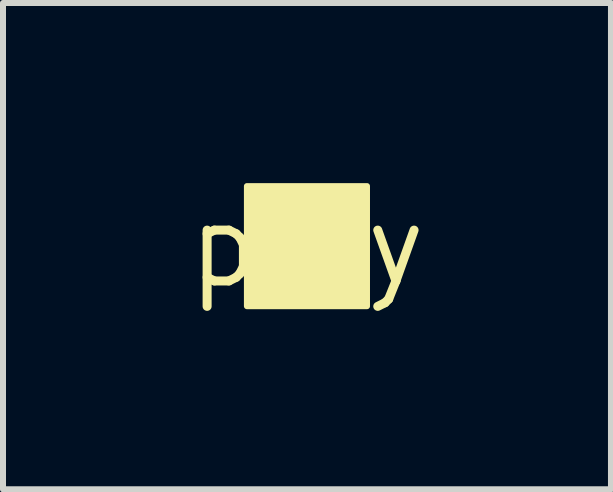
<source format=kicad_pcb>
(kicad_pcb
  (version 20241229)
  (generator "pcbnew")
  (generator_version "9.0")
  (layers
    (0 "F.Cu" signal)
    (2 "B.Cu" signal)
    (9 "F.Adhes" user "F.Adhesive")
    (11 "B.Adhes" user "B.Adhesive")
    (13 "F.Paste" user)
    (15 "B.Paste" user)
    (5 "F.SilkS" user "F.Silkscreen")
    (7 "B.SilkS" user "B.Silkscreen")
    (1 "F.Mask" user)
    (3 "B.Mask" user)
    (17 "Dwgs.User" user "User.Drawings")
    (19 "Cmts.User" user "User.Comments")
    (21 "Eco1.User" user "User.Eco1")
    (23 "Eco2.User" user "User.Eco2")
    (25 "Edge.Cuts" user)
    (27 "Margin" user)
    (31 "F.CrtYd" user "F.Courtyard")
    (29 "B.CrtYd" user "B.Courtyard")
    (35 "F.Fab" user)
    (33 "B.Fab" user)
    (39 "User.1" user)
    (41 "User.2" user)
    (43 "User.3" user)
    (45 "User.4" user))
  (footprint "poly"
    (layer "F.Cu")
    (at 2.063 1.05)
    (property "Reference" "poly" (at 0 0 0) (layer "F.SilkS") (effects (font (size 1.27 1.27) (thickness 0.15))))
    (attr through_hole)
    (fp_poly (pts (xy -1 -1) (xy 1 -1) (xy 1 1) (xy -1 1) (xy -1 -1)) (stroke (width 0.1) (type solid)) (fill yes) (layer "F.SilkS")))
  (gr_rect
    (start -3 -3)
    (end 7.127 5.1)
    (stroke (width 0.1) (type default))
    (fill no)
    (layer "Edge.Cuts")))
</source>
